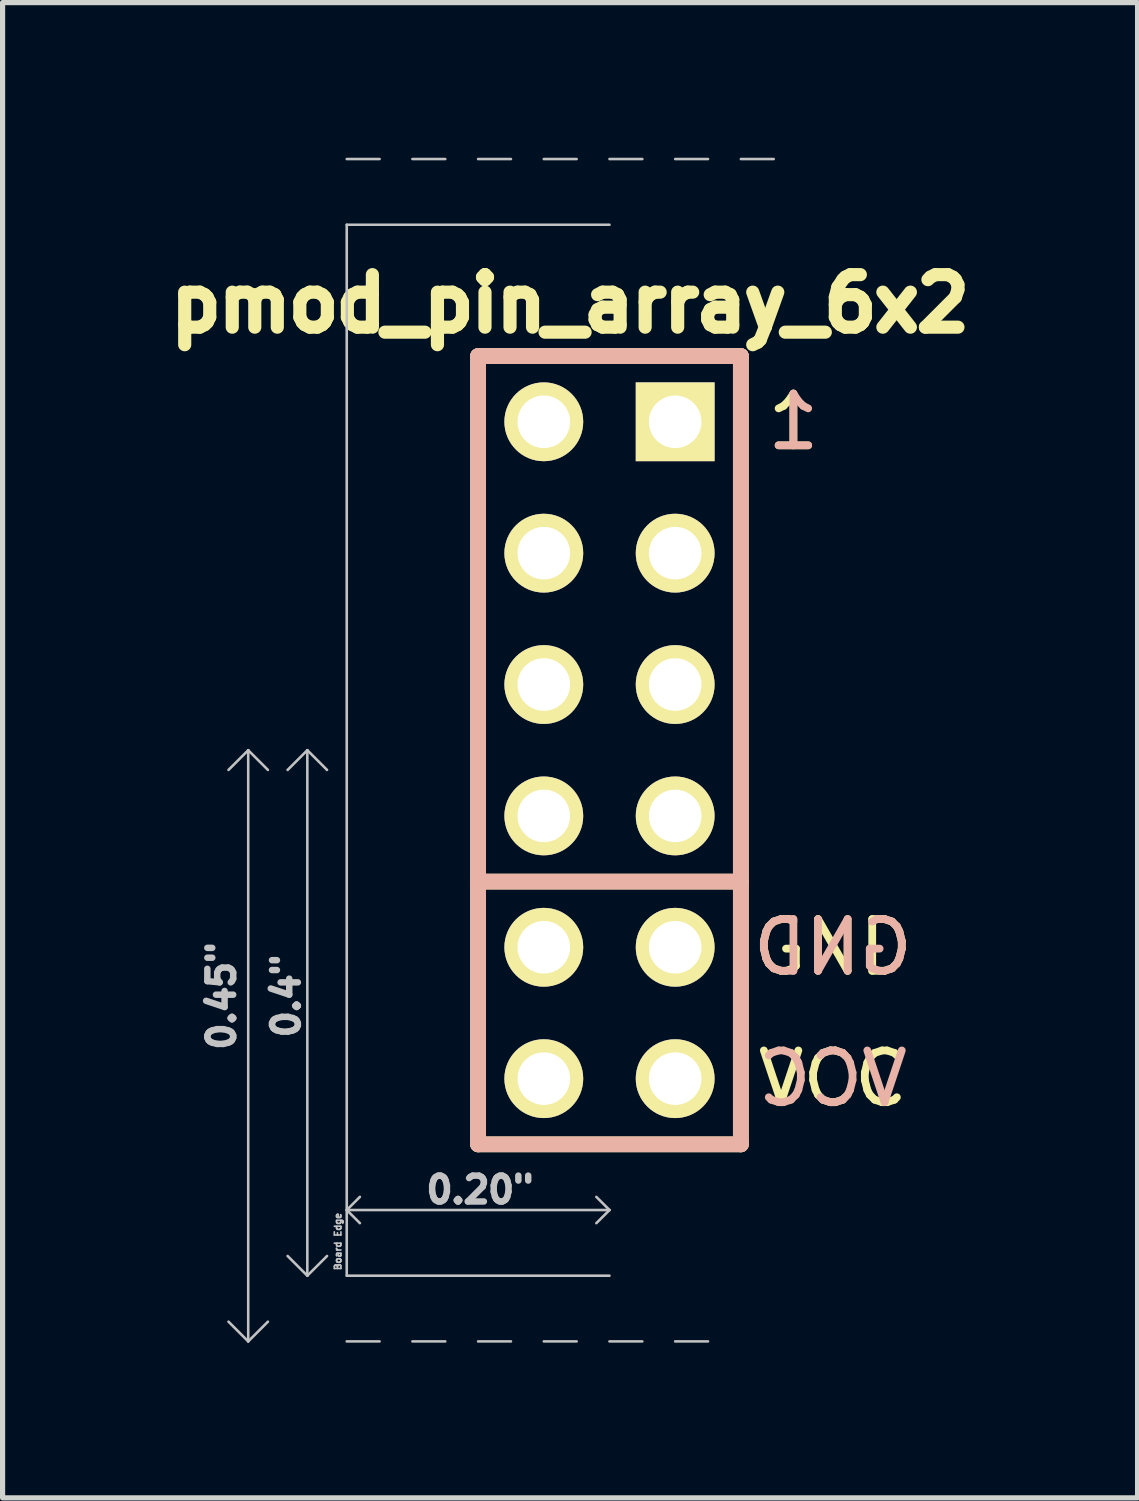
<source format=kicad_pcb>
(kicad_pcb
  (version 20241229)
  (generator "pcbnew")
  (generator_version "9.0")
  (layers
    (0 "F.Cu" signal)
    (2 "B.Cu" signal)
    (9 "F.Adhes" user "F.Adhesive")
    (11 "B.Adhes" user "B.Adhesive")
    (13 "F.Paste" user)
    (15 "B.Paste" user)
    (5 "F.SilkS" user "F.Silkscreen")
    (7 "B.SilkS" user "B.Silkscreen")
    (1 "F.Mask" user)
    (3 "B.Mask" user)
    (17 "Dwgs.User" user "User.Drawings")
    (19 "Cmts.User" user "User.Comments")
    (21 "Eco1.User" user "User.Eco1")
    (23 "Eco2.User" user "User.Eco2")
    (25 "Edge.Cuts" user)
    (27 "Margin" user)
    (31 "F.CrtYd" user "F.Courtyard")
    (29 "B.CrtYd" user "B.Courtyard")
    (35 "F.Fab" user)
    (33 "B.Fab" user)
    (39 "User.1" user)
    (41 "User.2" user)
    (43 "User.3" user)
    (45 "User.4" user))
  (footprint "pmod_pin_array_6x2"
    (layer "F.Cu")
    (at 8.734 11.455)
    (property "Reference" "pmod_pin_array_6x2" (at -0.762 -8.636 0) (layer "F.SilkS") (effects (font (size 1.016 1.016) (thickness 0.254))))
    (attr through_hole)
    (fp_line (start -2.54 -7.62) (end -2.54 7.62) (stroke (width 0.305) (type solid)) (layer "F.SilkS"))
    (fp_line (start -2.54 7.62) (end 2.54 7.62) (stroke (width 0.305) (type solid)) (layer "F.SilkS"))
    (fp_line (start 2.54 -7.62) (end -2.54 -7.62) (stroke (width 0.305) (type solid)) (layer "F.SilkS"))
    (fp_line (start 2.54 2.54) (end -2.54 2.54) (stroke (width 0.305) (type solid)) (layer "F.SilkS"))
    (fp_line (start 2.54 7.62) (end 2.54 -7.62) (stroke (width 0.305) (type solid)) (layer "F.SilkS"))
    (fp_line (start -2.54 -7.62) (end -2.54 7.62) (stroke (width 0.305) (type solid)) (layer "B.SilkS"))
    (fp_line (start -2.54 7.62) (end 2.54 7.62) (stroke (width 0.305) (type solid)) (layer "B.SilkS"))
    (fp_line (start 2.54 -7.62) (end -2.54 -7.62) (stroke (width 0.305) (type solid)) (layer "B.SilkS"))
    (fp_line (start 2.54 2.54) (end -2.54 2.54) (stroke (width 0.305) (type solid)) (layer "B.SilkS"))
    (fp_line (start 2.54 7.62) (end 2.54 -7.62) (stroke (width 0.305) (type solid)) (layer "B.SilkS"))
    (fp_line (start -6.985 0) (end -7.366 0.381) (stroke (width 0.05) (type solid)) (layer "Dwgs.User"))
    (fp_line (start -6.985 0) (end -6.985 11.43) (stroke (width 0.05) (type solid)) (layer "Dwgs.User"))
    (fp_line (start -6.985 11.43) (end -7.366 11.049) (stroke (width 0.05) (type solid)) (layer "Dwgs.User"))
    (fp_line (start -6.985 11.43) (end -6.604 11.049) (stroke (width 0.05) (type solid)) (layer "Dwgs.User"))
    (fp_line (start -6.604 0.381) (end -6.985 0) (stroke (width 0.05) (type solid)) (layer "Dwgs.User"))
    (fp_line (start -5.842 0) (end -6.223 0.381) (stroke (width 0.05) (type solid)) (layer "Dwgs.User"))
    (fp_line (start -5.842 0) (end -5.842 10.16) (stroke (width 0.05) (type solid)) (layer "Dwgs.User"))
    (fp_line (start -5.842 0) (end -5.461 0.381) (stroke (width 0.05) (type solid)) (layer "Dwgs.User"))
    (fp_line (start -5.842 10.16) (end -6.223 9.779) (stroke (width 0.05) (type solid)) (layer "Dwgs.User"))
    (fp_line (start -5.842 10.16) (end -5.461 9.779) (stroke (width 0.05) (type solid)) (layer "Dwgs.User"))
    (fp_line (start -5.08 -11.43) (end -4.445 -11.43) (stroke (width 0.05) (type solid)) (layer "Dwgs.User"))
    (fp_line (start -5.08 8.89) (end -4.826 8.636) (stroke (width 0.05) (type solid)) (layer "Dwgs.User"))
    (fp_line (start -5.08 8.89) (end -4.826 9.144) (stroke (width 0.05) (type solid)) (layer "Dwgs.User"))
    (fp_line (start -5.08 10.16) (end -5.08 -10.16) (stroke (width 0.05) (type solid)) (layer "Dwgs.User"))
    (fp_line (start -5.08 11.43) (end -4.445 11.43) (stroke (width 0.05) (type solid)) (layer "Dwgs.User"))
    (fp_line (start -3.81 -11.43) (end -3.175 -11.43) (stroke (width 0.05) (type solid)) (layer "Dwgs.User"))
    (fp_line (start -3.81 11.43) (end -3.175 11.43) (stroke (width 0.05) (type solid)) (layer "Dwgs.User"))
    (fp_line (start -2.54 -11.43) (end -1.905 -11.43) (stroke (width 0.05) (type solid)) (layer "Dwgs.User"))
    (fp_line (start -2.54 11.43) (end -1.905 11.43) (stroke (width 0.05) (type solid)) (layer "Dwgs.User"))
    (fp_line (start -1.27 -11.43) (end -0.635 -11.43) (stroke (width 0.05) (type solid)) (layer "Dwgs.User"))
    (fp_line (start -1.27 11.43) (end -0.635 11.43) (stroke (width 0.05) (type solid)) (layer "Dwgs.User"))
    (fp_line (start -0.254 8.636) (end 0 8.89) (stroke (width 0.05) (type solid)) (layer "Dwgs.User"))
    (fp_line (start 0 -11.43) (end 0.635 -11.43) (stroke (width 0.05) (type solid)) (layer "Dwgs.User"))
    (fp_line (start 0 -10.16) (end -5.08 -10.16) (stroke (width 0.05) (type solid)) (layer "Dwgs.User"))
    (fp_line (start 0 8.89) (end -5.08 8.89) (stroke (width 0.05) (type solid)) (layer "Dwgs.User"))
    (fp_line (start 0 8.89) (end -0.254 9.144) (stroke (width 0.05) (type solid)) (layer "Dwgs.User"))
    (fp_line (start 0 10.16) (end -5.08 10.16) (stroke (width 0.05) (type solid)) (layer "Dwgs.User"))
    (fp_line (start 0 11.43) (end 0.635 11.43) (stroke (width 0.05) (type solid)) (layer "Dwgs.User"))
    (fp_line (start 1.27 -11.43) (end 1.905 -11.43) (stroke (width 0.05) (type solid)) (layer "Dwgs.User"))
    (fp_line (start 1.27 11.43) (end 1.905 11.43) (stroke (width 0.05) (type solid)) (layer "Dwgs.User"))
    (fp_line (start 2.54 -11.43) (end 3.175 -11.43) (stroke (width 0.05) (type solid)) (layer "Dwgs.User"))
    (fp_text user "1" (at 3.556 -6.35 0) (layer "F.SilkS") (effects (font (size 1 1) (thickness 0.15))))
    (fp_text user "GND" (at 4.318 3.81 0) (layer "F.SilkS") (effects (font (size 1 1) (thickness 0.15))))
    (fp_text user "VCC" (at 4.318 6.35 0) (layer "F.SilkS") (effects (font (size 1 1) (thickness 0.15))))
    (fp_text user "1" (at 3.556 -6.35 0) (layer "B.SilkS") (effects (font (size 1 1) (thickness 0.15)) (justify mirror)))
    (fp_text user "VCC" (at 4.318 6.35 0) (layer "B.SilkS") (effects (font (size 1 1) (thickness 0.15)) (justify mirror)))
    (fp_text user "GND" (at 4.318 3.81 0) (layer "B.SilkS") (effects (font (size 1 1) (thickness 0.15)) (justify mirror)))
    (fp_text user "0.20\"" (at -2.5 8.5 180) (layer "Dwgs.User") (effects (font (size 0.5 0.5) (thickness 0.125))))
    (fp_text user "0.45\"" (at -7.5 4.75 90) (layer "Dwgs.User") (effects (font (size 0.5 0.5) (thickness 0.125))))
    (fp_text user "Board Edge" (at -5.25 9.5 90) (layer "Dwgs.User") (effects (font (size 0.127 0.127) (thickness 0.032))))
    (fp_text user "0.4\"" (at -6.25 4.75 90) (layer "Dwgs.User") (effects (font (size 0.5 0.5) (thickness 0.125))))
    (pad "1" thru_hole rect (at 1.27 -6.35) (size 1.524 1.524) (drill 1.016) (layers "*.Cu" "*.Mask" "F.SilkS"))
    (pad "2" thru_hole circle (at 1.27 -3.81 270) (size 1.524 1.524) (drill 1.016) (layers "*.Cu" "*.Mask" "F.SilkS"))
    (pad "3" thru_hole circle (at 1.27 -1.27 270) (size 1.524 1.524) (drill 1.016) (layers "*.Cu" "*.Mask" "F.SilkS"))
    (pad "4" thru_hole circle (at 1.27 1.27 270) (size 1.524 1.524) (drill 1.016) (layers "*.Cu" "*.Mask" "F.SilkS"))
    (pad "5" thru_hole circle (at 1.27 3.81 270) (size 1.524 1.524) (drill 1.016) (layers "*.Cu" "*.Mask" "F.SilkS"))
    (pad "6" thru_hole circle (at 1.27 6.35 270) (size 1.524 1.524) (drill 1.016) (layers "*.Cu" "*.Mask" "F.SilkS"))
    (pad "7" thru_hole circle (at -1.27 -6.35 270) (size 1.524 1.524) (drill 1.016) (layers "*.Cu" "*.Mask" "F.SilkS"))
    (pad "8" thru_hole circle (at -1.27 -3.81 270) (size 1.524 1.524) (drill 1.016) (layers "*.Cu" "*.Mask" "F.SilkS"))
    (pad "9" thru_hole circle (at -1.27 -1.27 270) (size 1.524 1.524) (drill 1.016) (layers "*.Cu" "*.Mask" "F.SilkS"))
    (pad "10" thru_hole circle (at -1.27 1.27 270) (size 1.524 1.524) (drill 1.016) (layers "*.Cu" "*.Mask" "F.SilkS"))
    (pad "11" thru_hole circle (at -1.27 3.81 270) (size 1.524 1.524) (drill 1.016) (layers "*.Cu" "*.Mask" "F.SilkS"))
    (pad "12" thru_hole circle (at -1.27 6.35 270) (size 1.524 1.524) (drill 1.016) (layers "*.Cu" "*.Mask" "F.SilkS")))
  (gr_rect
    (start -3 -3)
    (end 18.944 25.91)
    (stroke (width 0.1) (type default))
    (fill no)
    (layer "Edge.Cuts")))
</source>
